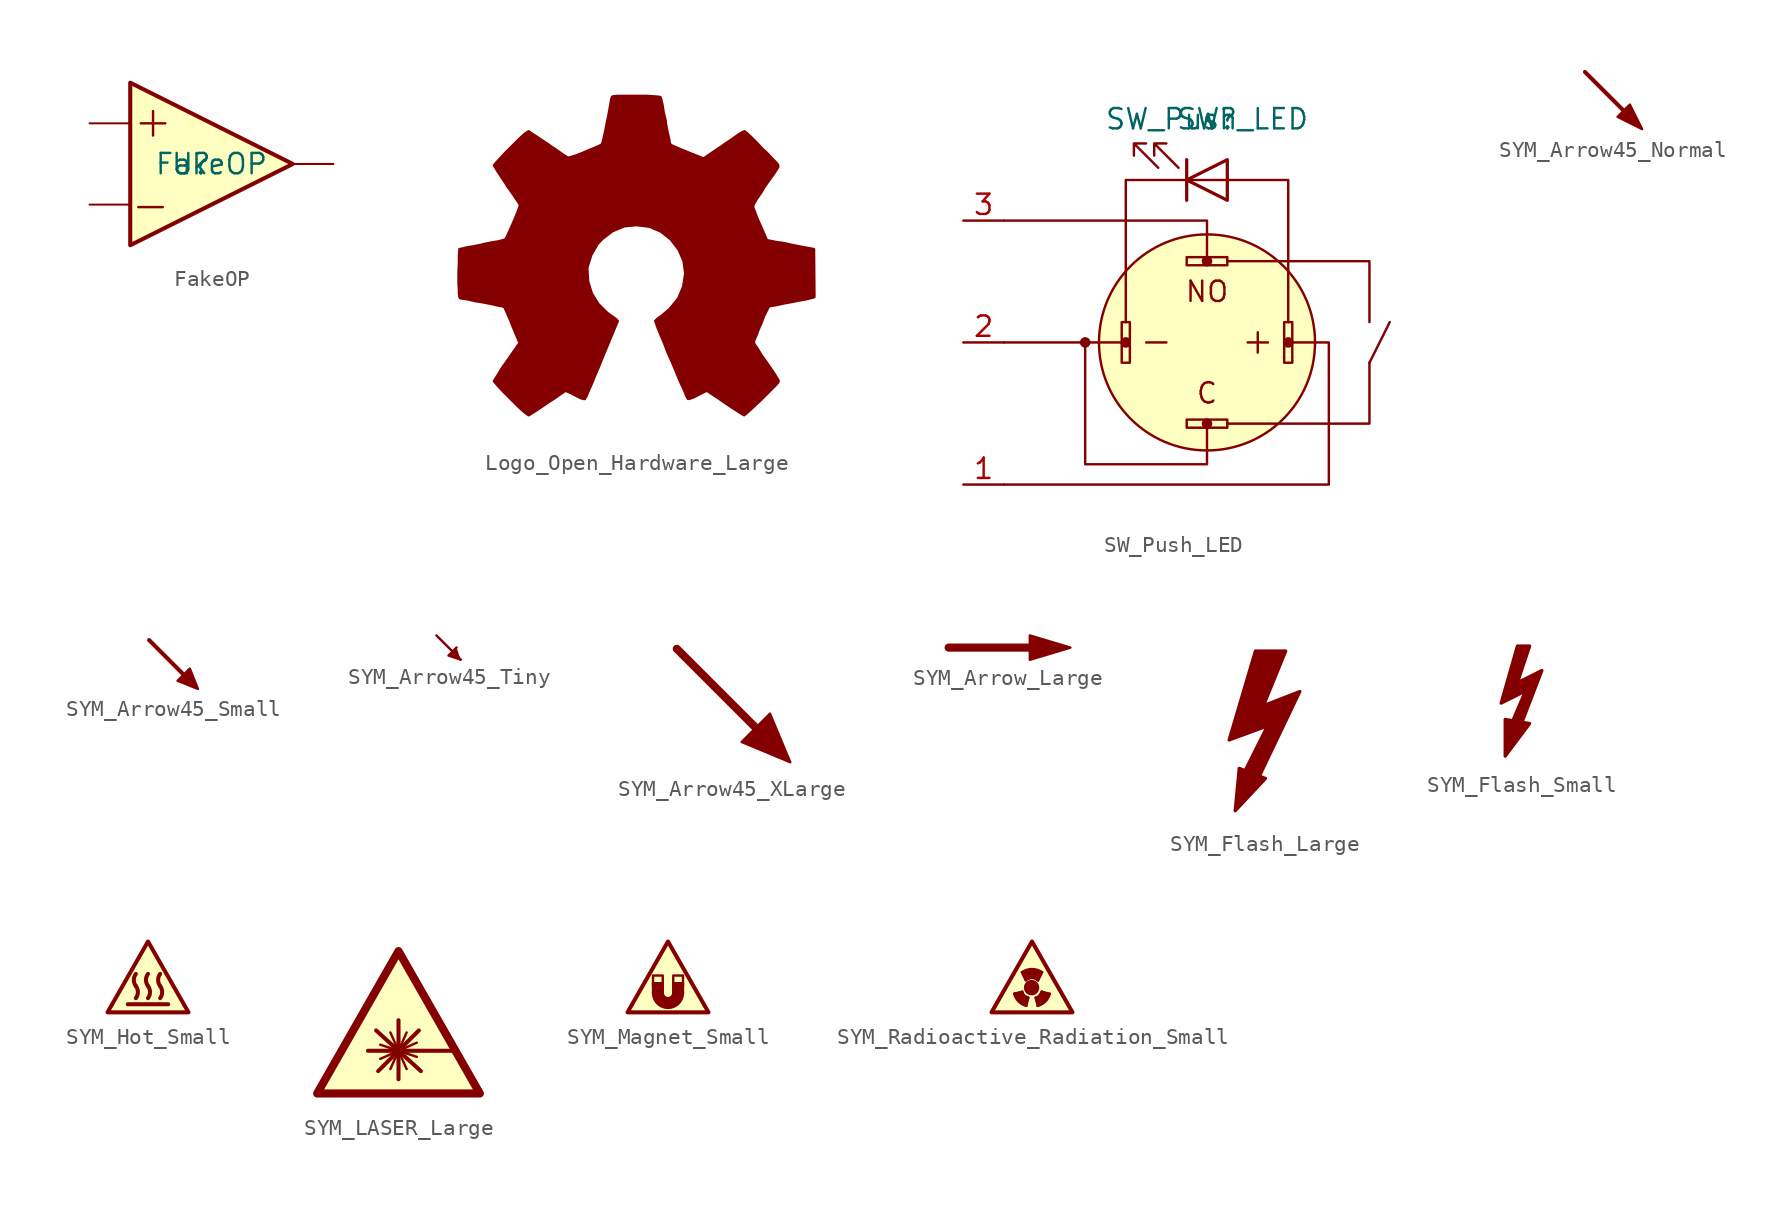
<source format=kicad_sym>
(kicad_symbol_lib
  (version 20201005)
  (generator kicad_symbol_editor)
  (symbol "FakeOP"
    (pin_names
      (offset 1.016))
    (property "Reference" "U"
      (at 0 0 0)
      (effects (font (size 1.27 1.27))))
    (property "Value" "FakeOP"
      (at 1.27 0 0)
      (effects (font (size 1.27 1.27))))
    (symbol "FakeOP_0_0"
      (text "+" (at -2.54 2.54 900) (effects (font (size 2.007 2.007))))
      (text "-" (at -2.54 -2.54 0) (effects (font (size 2.007 2.007)))))
    (symbol "FakeOP_0_1"
      (polyline (pts (xy -6.35 -2.54) (xy -3.81 -2.54)) (stroke (width 0.127)) (fill (type none)))
      (polyline (pts (xy -6.35 2.54) (xy -3.81 2.54)) (stroke (width 0.127)) (fill (type none)))
      (polyline (pts (xy 6.35 0) (xy 8.89 0)) (stroke (width 0.127)) (fill (type none))))
    (symbol "FakeOP_1_1"
      (polyline (pts (xy 6.35 0) (xy -3.81 5.08) (xy -3.81 -5.08) (xy 6.35 0)) (stroke (width 0.254)) (fill (type background)))))
  (symbol "Logo_Open_Hardware_Large"
    (pin_names
      (offset 1.016))
    (property "Reference" "#LOGO"
      (at 0 12.7 0)
      (effects (font (size 1.27 1.27)) hide))
    (symbol "Logo_Open_Hardware_Large_1_1"
      (polyline (pts (xy 6.731 -8.712) (xy 6.629 -8.661) (xy 6.35 -8.484) (xy 5.994 -8.255) (xy 5.537 -7.95) (xy 5.105 -7.645) (xy 4.75 -7.417) (xy 4.496 -7.239) (xy 4.394 -7.188) (xy 4.318 -7.214) (xy 4.115 -7.315) (xy 3.81 -7.468) (xy 3.632 -7.569) (xy 3.353 -7.671) (xy 3.226 -7.696) (xy 3.2 -7.671) (xy 3.099 -7.468) (xy 2.946 -7.087) (xy 2.718 -6.604) (xy 2.489 -6.045) (xy 2.235 -5.436) (xy 1.956 -4.826) (xy 1.727 -4.216) (xy 1.499 -3.683) (xy 1.321 -3.251) (xy 1.219 -2.946) (xy 1.168 -2.819) (xy 1.194 -2.794) (xy 1.321 -2.667) (xy 1.575 -2.489) (xy 2.083 -2.057) (xy 2.616 -1.397) (xy 2.921 -0.66) (xy 3.048 0.152) (xy 2.946 0.914) (xy 2.642 1.626) (xy 2.134 2.286) (xy 1.524 2.769) (xy 0.813 3.073) (xy 0 3.175) (xy -0.762 3.099) (xy -1.499 2.794) (xy -2.159 2.286) (xy -2.438 1.981) (xy -2.819 1.321) (xy -3.048 0.61) (xy -3.073 0.432) (xy -3.023 -0.356) (xy -2.794 -1.092) (xy -2.388 -1.753) (xy -1.829 -2.311) (xy -1.753 -2.362) (xy -1.473 -2.565) (xy -1.295 -2.692) (xy -1.168 -2.819) (xy -2.159 -5.207) (xy -2.311 -5.588) (xy -2.591 -6.248) (xy -2.819 -6.807) (xy -3.023 -7.264) (xy -3.15 -7.569) (xy -3.226 -7.671) (xy -3.226 -7.696) (xy -3.302 -7.696) (xy -3.48 -7.645) (xy -3.835 -7.468) (xy -4.039 -7.366) (xy -4.293 -7.239) (xy -4.42 -7.188) (xy -4.521 -7.239) (xy -4.75 -7.391) (xy -5.105 -7.645) (xy -5.537 -7.925) (xy -5.944 -8.204) (xy -6.325 -8.458) (xy -6.604 -8.636) (xy -6.731 -8.712) (xy -6.756 -8.712) (xy -6.858 -8.636) (xy -7.087 -8.458) (xy -7.417 -8.153) (xy -7.874 -7.696) (xy -7.95 -7.62) (xy -8.331 -7.239) (xy -8.636 -6.909) (xy -8.839 -6.68) (xy -8.915 -6.579) (xy -8.915 -6.579) (xy -8.839 -6.452) (xy -8.661 -6.172) (xy -8.433 -5.791) (xy -8.128 -5.359) (xy -7.315 -4.191) (xy -7.772 -3.099) (xy -7.899 -2.769) (xy -8.077 -2.362) (xy -8.204 -2.083) (xy -8.255 -1.956) (xy -8.382 -1.905) (xy -8.661 -1.854) (xy -9.093 -1.753) (xy -9.627 -1.651) (xy -10.109 -1.575) (xy -10.541 -1.473) (xy -10.871 -1.422) (xy -11.024 -1.397) (xy -11.049 -1.372) (xy -11.074 -1.295) (xy -11.1 -1.143) (xy -11.1 -0.889) (xy -11.125 -0.457) (xy -11.125 0.152) (xy -11.125 0.229) (xy -11.1 0.813) (xy -11.1 1.27) (xy -11.074 1.549) (xy -11.074 1.676) (xy -11.074 1.676) (xy -10.922 1.702) (xy -10.617 1.778) (xy -10.16 1.854) (xy -9.652 1.956) (xy -9.601 1.981) (xy -9.093 2.083) (xy -8.636 2.159) (xy -8.331 2.235) (xy -8.204 2.286) (xy -8.179 2.311) (xy -8.077 2.515) (xy -7.925 2.845) (xy -7.747 3.251) (xy -7.569 3.658) (xy -7.417 4.039) (xy -7.315 4.318) (xy -7.29 4.445) (xy -7.29 4.445) (xy -7.366 4.572) (xy -7.544 4.826) (xy -7.798 5.207) (xy -8.128 5.664) (xy -8.128 5.69) (xy -8.433 6.147) (xy -8.687 6.528) (xy -8.839 6.782) (xy -8.915 6.909) (xy -8.915 6.909) (xy -8.814 7.036) (xy -8.585 7.29) (xy -8.255 7.645) (xy -7.874 8.026) (xy -7.747 8.153) (xy -7.315 8.585) (xy -7.01 8.865) (xy -6.833 8.992) (xy -6.731 9.042) (xy -6.731 9.042) (xy -6.604 8.941) (xy -6.325 8.763) (xy -5.944 8.509) (xy -5.486 8.204) (xy -5.461 8.179) (xy -5.004 7.874) (xy -4.648 7.62) (xy -4.369 7.442) (xy -4.267 7.391) (xy -4.242 7.391) (xy -4.064 7.442) (xy -3.734 7.544) (xy -3.353 7.696) (xy -2.946 7.874) (xy -2.565 8.026) (xy -2.286 8.153) (xy -2.159 8.23) (xy -2.159 8.23) (xy -2.108 8.382) (xy -2.032 8.712) (xy -1.93 9.169) (xy -1.829 9.728) (xy -1.803 9.804) (xy -1.702 10.338) (xy -1.626 10.77) (xy -1.575 11.074) (xy -1.524 11.201) (xy -1.448 11.227) (xy -1.194 11.252) (xy -0.813 11.252) (xy -0.33 11.252) (xy 0.152 11.252) (xy 0.66 11.252) (xy 1.067 11.227) (xy 1.372 11.201) (xy 1.499 11.176) (xy 1.499 11.176) (xy 1.549 11.024) (xy 1.626 10.693) (xy 1.702 10.211) (xy 1.829 9.677) (xy 1.829 9.576) (xy 1.93 9.042) (xy 2.032 8.611) (xy 2.083 8.306) (xy 2.134 8.204) (xy 2.159 8.179) (xy 2.388 8.077) (xy 2.743 7.925) (xy 3.175 7.747) (xy 4.191 7.341) (xy 5.461 8.204) (xy 5.563 8.28) (xy 6.02 8.585) (xy 6.375 8.839) (xy 6.629 8.992) (xy 6.756 9.042) (xy 6.756 9.042) (xy 6.883 8.941) (xy 7.137 8.712) (xy 7.468 8.382) (xy 7.849 7.976) (xy 8.153 7.696) (xy 8.484 7.341) (xy 8.712 7.112) (xy 8.839 6.96) (xy 8.865 6.858) (xy 8.865 6.807) (xy 8.788 6.68) (xy 8.611 6.401) (xy 8.331 6.02) (xy 8.026 5.588) (xy 7.798 5.207) (xy 7.518 4.801) (xy 7.341 4.496) (xy 7.29 4.343) (xy 7.29 4.293) (xy 7.391 4.039) (xy 7.518 3.683) (xy 7.722 3.226) (xy 8.153 2.235) (xy 8.788 2.108) (xy 9.195 2.057) (xy 9.754 1.93) (xy 10.262 1.829) (xy 11.1 1.676) (xy 11.125 -1.321) (xy 10.998 -1.372) (xy 10.871 -1.397) (xy 10.566 -1.473) (xy 10.135 -1.549) (xy 9.627 -1.651) (xy 9.195 -1.727) (xy 8.738 -1.829) (xy 8.433 -1.88) (xy 8.28 -1.905) (xy 8.255 -1.956) (xy 8.153 -2.159) (xy 7.976 -2.515) (xy 7.823 -2.921) (xy 7.645 -3.327) (xy 7.493 -3.734) (xy 7.366 -4.013) (xy 7.341 -4.191) (xy 7.391 -4.293) (xy 7.569 -4.547) (xy 7.798 -4.928) (xy 8.103 -5.359) (xy 8.407 -5.791) (xy 8.661 -6.172) (xy 8.814 -6.426) (xy 8.89 -6.553) (xy 8.865 -6.655) (xy 8.687 -6.858) (xy 8.357 -7.188) (xy 7.874 -7.671) (xy 7.798 -7.747) (xy 7.391 -8.128) (xy 7.061 -8.433) (xy 6.833 -8.636) (xy 6.731 -8.712)) (stroke (width 0)) (fill (type outline)))))
  (symbol "SW_Push_LED"
    (pin_names
      (offset 1.016))
    (property "Reference" "SW"
      (at 0 13.97 0)
      (effects (font (size 1.27 1.27))))
    (property "Value" "SW_Push_LED"
      (at 0 13.97 0)
      (effects (font (size 1.27 1.27))))
    (symbol "SW_Push_LED_0_0"
      (text "C" (at 0 -3.175 0) (effects (font (size 1.27 1.27))))
      (text "NO" (at 0 3.175 0) (effects (font (size 1.27 1.27))))
      (rectangle (start -5.334 1.27) (end -4.826 -1.27) (stroke (width 0)) (fill (type none)))
      (rectangle (start -1.27 4.826) (end 1.27 5.334) (stroke (width 0)) (fill (type none)))
      (rectangle (start 5.334 1.27) (end 4.826 -1.27) (stroke (width 0)) (fill (type none)))
      (polyline (pts (xy -2.54 0) (xy -3.81 0)) (stroke (width 0)) (fill (type none)))
      (polyline (pts (xy 2.54 0) (xy 3.81 0)) (stroke (width 0)) (fill (type none)))
      (polyline (pts (xy 3.175 0.635) (xy 3.175 -0.635)) (stroke (width 0)) (fill (type none)))
      (polyline (pts (xy 10.16 -1.27) (xy 11.43 1.27)) (stroke (width 0)) (fill (type none)))
      (polyline (pts (xy -5.08 1.27) (xy -5.08 10.16) (xy -1.27 10.16)) (stroke (width 0)) (fill (type none)))
      (polyline (pts (xy 10.16 -1.27) (xy 10.16 -5.08) (xy 1.27 -5.08)) (stroke (width 0)) (fill (type none)))
      (polyline (pts (xy 10.16 1.27) (xy 10.16 5.08) (xy 1.27 5.08)) (stroke (width 0)) (fill (type none)))
      (polyline (pts (xy 1.27 10.16) (xy 4.572 10.16) (xy 5.08 10.16) (xy 5.08 1.27)) (stroke (width 0)) (fill (type none))))
    (symbol "SW_Push_LED_0_1"
      (circle (center 0 0) (radius 6.756) (stroke (width 0)) (fill (type background)))
      (polyline (pts (xy -7.62 0) (xy -12.7 0)) (stroke (width 0)) (fill (type none)))
      (polyline (pts (xy 0 5.08) (xy 0 7.62) (xy -12.7 7.62)) (stroke (width 0)) (fill (type none)))
      (polyline (pts (xy 0 -5.08) (xy 0 -7.62) (xy -7.62 -7.62) (xy -7.62 0) (xy -5.08 0)) (stroke (width 0)) (fill (type none)))
      (polyline (pts (xy 5.08 0) (xy 7.62 0) (xy 7.62 -7.62) (xy 7.62 -8.636) (xy 7.62 -8.89) (xy -12.7 -8.89)) (stroke (width 0)) (fill (type none))))
    (symbol "SW_Push_LED_1_1"
      (circle (center -7.62 0) (radius 0.254) (stroke (width 0)) (fill (type outline)))
      (circle (center -5.08 0) (radius 0.254) (stroke (width 0)) (fill (type outline)))
      (circle (center 0 -5.08) (radius 0.254) (stroke (width 0)) (fill (type outline)))
      (circle (center 0 5.08) (radius 0.254) (stroke (width 0)) (fill (type outline)))
      (circle (center 5.08 0) (radius 0.254) (stroke (width 0)) (fill (type outline)))
      (rectangle (start -1.27 -5.334) (end 1.27 -4.826) (stroke (width 0)) (fill (type none)))
      (polyline (pts (xy -1.27 10.16) (xy 1.27 10.16)) (stroke (width 0)) (fill (type none)))
      (polyline (pts (xy -1.27 11.43) (xy -1.27 8.89)) (stroke (width 0.203)) (fill (type none)))
      (polyline (pts (xy 1.27 11.43) (xy 1.27 8.89) (xy -1.27 10.16) (xy 1.27 11.43)) (stroke (width 0.203)) (fill (type none)))
      (polyline (pts (xy -3.048 10.922) (xy -4.572 12.446) (xy -3.81 12.446) (xy -4.572 12.446) (xy -4.572 11.684)) (stroke (width 0)) (fill (type none)))
      (polyline (pts (xy -1.778 10.922) (xy -3.302 12.446) (xy -2.54 12.446) (xy -3.302 12.446) (xy -3.302 11.684)) (stroke (width 0)) (fill (type none)))
      (pin input line (at -15.24 -8.89 0) (length 2.54) (name "~" (effects (font (size 1.27 1.27)))) (number "1" (effects (font (size 1.27 1.27)))))
      (pin input line (at -15.24 0 0) (length 2.54) (name "~" (effects (font (size 1.27 1.27)))) (number "2" (effects (font (size 1.27 1.27)))))
      (pin input line (at -15.24 7.62 0) (length 2.54) (name "~" (effects (font (size 1.27 1.27)))) (number "3" (effects (font (size 1.27 1.27)))))))
  (symbol "SYM_Arrow45_Normal"
    (pin_names
      (offset 1.016))
    (property "Reference" "#SYM"
      (at 3.81 1.27 0)
      (effects (font (size 1.27 1.27)) hide))
    (symbol "SYM_Arrow45_Normal_0_1"
      (polyline (pts (xy 1.524 -1.524) (xy -1.778 1.778)) (stroke (width 0.254)) (fill (type none)))
      (polyline (pts (xy 1.778 -1.778) (xy 0.254 -1.016) (xy 1.016 -0.254) (xy 1.778 -1.778)) (stroke (width 0)) (fill (type outline)))))
  (symbol "SYM_Arrow45_Small"
    (pin_names
      (offset 1.016))
    (property "Reference" "#SYM"
      (at 4.318 1.016 0)
      (effects (font (size 1.27 1.27)) hide))
    (symbol "SYM_Arrow45_Small_0_1"
      (polyline (pts (xy 1.27 -1.27) (xy -1.524 1.524)) (stroke (width 0.254)) (fill (type none)))
      (polyline (pts (xy 1.524 -1.524) (xy 0.254 -1.016) (xy 1.016 -0.254) (xy 1.524 -1.524)) (stroke (width 0)) (fill (type outline)))))
  (symbol "SYM_Arrow45_Tiny"
    (pin_names
      (offset 1.016))
    (property "Reference" "#SYM"
      (at 4.064 1.27 0)
      (effects (font (size 1.27 1.27)) hide))
    (symbol "SYM_Arrow45_Tiny_0_1"
      (polyline (pts (xy 0.508 -0.762) (xy -1.016 0.762)) (stroke (width 0)) (fill (type none)))
      (polyline (pts (xy 0.508 -0.762) (xy -0.254 -0.508) (xy 0.254 0)) (stroke (width 0)) (fill (type outline)))))
  (symbol "SYM_Arrow45_XLarge"
    (pin_names
      (offset 1.016))
    (property "Reference" "#SYM"
      (at 2.794 2.54 0)
      (effects (font (size 1.27 1.27)) hide))
    (symbol "SYM_Arrow45_XLarge_0_1"
      (polyline (pts (xy 3.048 -3.048) (xy -3.556 3.556)) (stroke (width 0.508)) (fill (type none)))
      (polyline (pts (xy 3.556 -3.556) (xy 0.508 -2.286) (xy 2.286 -0.508) (xy 3.556 -3.556)) (stroke (width 0)) (fill (type outline)))))
  (symbol "SYM_Arrow_Large"
    (pin_names
      (offset 1.016))
    (property "Reference" "#SYM"
      (at 0 2.286 0)
      (effects (font (size 1.27 1.27)) hide))
    (symbol "SYM_Arrow_Large_0_1"
      (polyline (pts (xy 2.54 0) (xy -3.81 0)) (stroke (width 0.508)) (fill (type none)))
      (polyline (pts (xy 3.81 0) (xy 1.27 -0.762) (xy 1.27 0.762) (xy 3.81 0)) (stroke (width 0)) (fill (type outline)))))
  (symbol "SYM_Flash_Large"
    (pin_names
      (offset 1.016))
    (property "Reference" "#SYM"
      (at -3.81 0 90)
      (effects (font (size 1.27 1.27)) hide))
    (symbol "SYM_Flash_Large_0_1"
      (polyline (pts (xy 0.127 -3.556) (xy -1.524 -2.921) (xy -1.778 -5.588) (xy 0.127 -3.556)) (stroke (width 0.203)) (fill (type outline)))
      (polyline (pts (xy -0.508 4.445) (xy 1.397 4.445) (xy 0 1.016) (xy 2.286 1.905) (xy -0.508 -3.937) (xy -1.397 -3.556) (xy 0.254 -0.254) (xy -2.159 -1.143) (xy -0.508 4.445)) (stroke (width 0.203)) (fill (type outline)))))
  (symbol "SYM_Flash_Small"
    (pin_names
      (offset 1.016))
    (property "Reference" "#SYM"
      (at -2.286 0 90)
      (effects (font (size 1.27 1.27)) hide))
    (symbol "SYM_Flash_Small_0_1"
      (polyline (pts (xy 0.508 -1.016) (xy -1.016 -0.762) (xy -1.016 -3.048) (xy 0.508 -1.016)) (stroke (width 0.203)) (fill (type outline)))
      (polyline (pts (xy -0.254 3.81) (xy 0.508 3.81) (xy -0.254 1.524) (xy 1.27 2.286) (xy 0 -1.016) (xy -0.508 -0.762) (xy 0.254 1.016) (xy -1.27 0.254) (xy -0.254 3.81)) (stroke (width 0.203)) (fill (type outline)))))
  (symbol "SYM_Hot_Small"
    (pin_names
      (offset 1.016) hide)
    (property "Reference" "#SYM"
      (at 0 3.556 0)
      (effects (font (size 1.27 1.27)) hide))
    (symbol "SYM_Hot_Small_0_1"
      (arc (start -0.762 -1.016) (end -0.762 -0.254) (radius (at -1.27 -0.635) (length 0.635) (angles -36.9 36.9)) (stroke (width 0.254)) (fill (type none)))
      (arc (start 0 -1.016) (end 0 -0.254) (radius (at -0.508 -0.635) (length 0.635) (angles -36.9 36.9)) (stroke (width 0.254)) (fill (type none)))
      (arc (start -0.762 0.508) (end -0.762 -0.254) (radius (at -0.254 0.127) (length 0.635) (angles 143.1 -143.1)) (stroke (width 0.254)) (fill (type none)))
      (arc (start 0.762 -1.016) (end 0.762 -0.254) (radius (at 0.254 -0.635) (length 0.635) (angles -36.9 36.9)) (stroke (width 0.254)) (fill (type none)))
      (arc (start 0 0.508) (end 0 -0.254) (radius (at 0.508 0.127) (length 0.635) (angles 143.1 -143.1)) (stroke (width 0.254)) (fill (type none)))
      (arc (start 0.762 0.508) (end 0.762 -0.254) (radius (at 1.27 0.127) (length 0.635) (angles 143.1 -143.1)) (stroke (width 0.254)) (fill (type none)))
      (polyline (pts (xy 1.27 -1.397) (xy -1.27 -1.397)) (stroke (width 0.254)) (fill (type none)))
      (polyline (pts (xy -2.54 -1.905) (xy 2.54 -1.905) (xy 0 2.54) (xy -2.54 -1.905)) (stroke (width 0.254)) (fill (type background)))))
  (symbol "SYM_LASER_Large"
    (pin_names
      (offset 1.016) hide)
    (property "Reference" "#SYM"
      (at 0 5.08 0)
      (effects (font (size 1.27 1.27)) hide))
    (symbol "SYM_LASER_Large_0_1"
      (polyline (pts (xy -1.905 -2.413) (xy 3.556 -2.413)) (stroke (width 0.254)) (fill (type none)))
      (polyline (pts (xy -1.27 -3.683) (xy 1.27 -1.143)) (stroke (width 0.254)) (fill (type none)))
      (polyline (pts (xy -1.143 -2.921) (xy 1.143 -1.905)) (stroke (width 0)) (fill (type none)))
      (polyline (pts (xy -1.143 -2.032) (xy 1.143 -2.794)) (stroke (width 0)) (fill (type none)))
      (polyline (pts (xy -0.508 -1.27) (xy 0.508 -3.556)) (stroke (width 0)) (fill (type none)))
      (polyline (pts (xy 0 -4.191) (xy 0 -0.508)) (stroke (width 0.254)) (fill (type none)))
      (polyline (pts (xy 0.508 -1.27) (xy -0.508 -3.556)) (stroke (width 0)) (fill (type none)))
      (polyline (pts (xy 1.397 -3.683) (xy -1.397 -1.143)) (stroke (width 0.254)) (fill (type none)))
      (polyline (pts (xy -5.08 -5.08) (xy 5.08 -5.08) (xy 0 3.81) (xy -5.08 -5.08)) (stroke (width 0.508)) (fill (type background)))))
  (symbol "SYM_Magnet_Small"
    (pin_names
      (offset 1.016) hide)
    (property "Reference" "#SYM"
      (at 0 3.556 0)
      (effects (font (size 1.27 1.27)) hide))
    (symbol "SYM_Magnet_Small_0_1"
      (arc (start -0.635 -0.6858) (end 0.635 -0.6858) (radius (at 0 -0.6858) (length 0.635) (angles -179.9 -0.1)) (stroke (width 0.762)) (fill (type none)))
      (rectangle (start -0.94 -0.711) (end -0.33 -0.076) (stroke (width 0)) (fill (type outline)))
      (rectangle (start -0.94 -0.229) (end -0.33 0.406) (stroke (width 0)) (fill (type background)))
      (rectangle (start 0.33 -0.711) (end 0.94 -0.076) (stroke (width 0)) (fill (type outline)))
      (rectangle (start 0.33 -0.229) (end 0.94 0.406) (stroke (width 0)) (fill (type background)))
      (polyline (pts (xy -2.54 -1.905) (xy 2.54 -1.905) (xy 0 2.54) (xy -2.54 -1.905)) (stroke (width 0.254)) (fill (type background)))))
  (symbol "SYM_Radioactive_Radiation_Small"
    (pin_names
      (offset 1.016) hide)
    (property "Reference" "#SYM"
      (at 0 3.556 0)
      (effects (font (size 1.27 1.27)) hide))
    (symbol "SYM_Radioactive_Radiation_Small_0_0"
      (arc (start -1.1176 -0.7366) (end -0.3556 -1.4986) (radius (at -0.1016 -0.4826) (length 1.0414) (angles -166 -104)) (stroke (width 0)) (fill (type none)))
      (arc (start -0.6096 -0.6096) (end -0.2286 -0.9906) (radius (at -0.1016 -0.4572) (length 0.5334) (angles -163.3 -103.4)) (stroke (width 0)) (fill (type none)))
      (arc (start -0.635 0.6096) (end 0.635 0.6096) (radius (at 0 -0.2794) (length 1.0922) (angles 125.5 54.5)) (stroke (width 0)) (fill (type none)))
      (arc (start -0.381 0.1016) (end 0.381 0.1016) (radius (at 0 -0.2794) (length 0.5334) (angles 135 45)) (stroke (width 0)) (fill (type none)))
      (arc (start 0.2286 -0.9906) (end 0.6096 -0.6096) (radius (at 0.0762 -0.4826) (length 0.5334) (angles -73.3 -13.4)) (stroke (width 0)) (fill (type none)))
      (arc (start 1.1176 -0.7366) (end 0.3556 -1.4986) (radius (at 0.1016 -0.4826) (length 1.0414) (angles -14 -76)) (stroke (width 0)) (fill (type none)))
      (circle (center -0.025 -0.356) (radius 0.356) (stroke (width 0.254)) (fill (type outline)))
      (polyline (pts (xy -1.118 -0.737) (xy -0.61 -0.61)) (stroke (width 0)) (fill (type none)))
      (polyline (pts (xy -0.635 0.61) (xy -0.381 0.102)) (stroke (width 0)) (fill (type none)))
      (polyline (pts (xy -0.356 -1.499) (xy -0.229 -0.991)) (stroke (width 0)) (fill (type none)))
      (polyline (pts (xy 0.356 -1.499) (xy 0.229 -0.991)) (stroke (width 0)) (fill (type none)))
      (polyline (pts (xy 0.635 0.61) (xy 0.381 0.102)) (stroke (width 0)) (fill (type none)))
      (polyline (pts (xy 1.118 -0.737) (xy 0.61 -0.61)) (stroke (width 0)) (fill (type none)))
      (polyline (pts (xy -0.61 -0.66) (xy -0.508 -0.864) (xy -0.254 -0.965) (xy -0.406 -1.473) (xy -0.762 -1.219) (xy -0.965 -1.016) (xy -1.067 -0.711) (xy -0.61 -0.66)) (stroke (width 0)) (fill (type outline)))
      (polyline (pts (xy 0.61 -0.61) (xy 0.457 -0.864) (xy 0.254 -1.016) (xy 0.406 -1.473) (xy 0.711 -1.27) (xy 0.914 -1.067) (xy 1.067 -0.762) (xy 0.61 -0.66)) (stroke (width 0)) (fill (type outline)))
      (polyline (pts (xy -0.356 0.152) (xy -0.102 0.254) (xy 0.152 0.254) (xy 0.356 0.102) (xy 0.61 0.61) (xy 0.356 0.711) (xy 0.102 0.762) (xy -0.152 0.762) (xy -0.457 0.66) (xy -0.61 0.61) (xy -0.406 0.152)) (stroke (width 0)) (fill (type outline))))
    (symbol "SYM_Radioactive_Radiation_Small_0_1"
      (polyline (pts (xy -2.54 -1.905) (xy 2.54 -1.905) (xy 0 2.54) (xy -2.54 -1.905)) (stroke (width 0.254)) (fill (type background))))))
</source>
